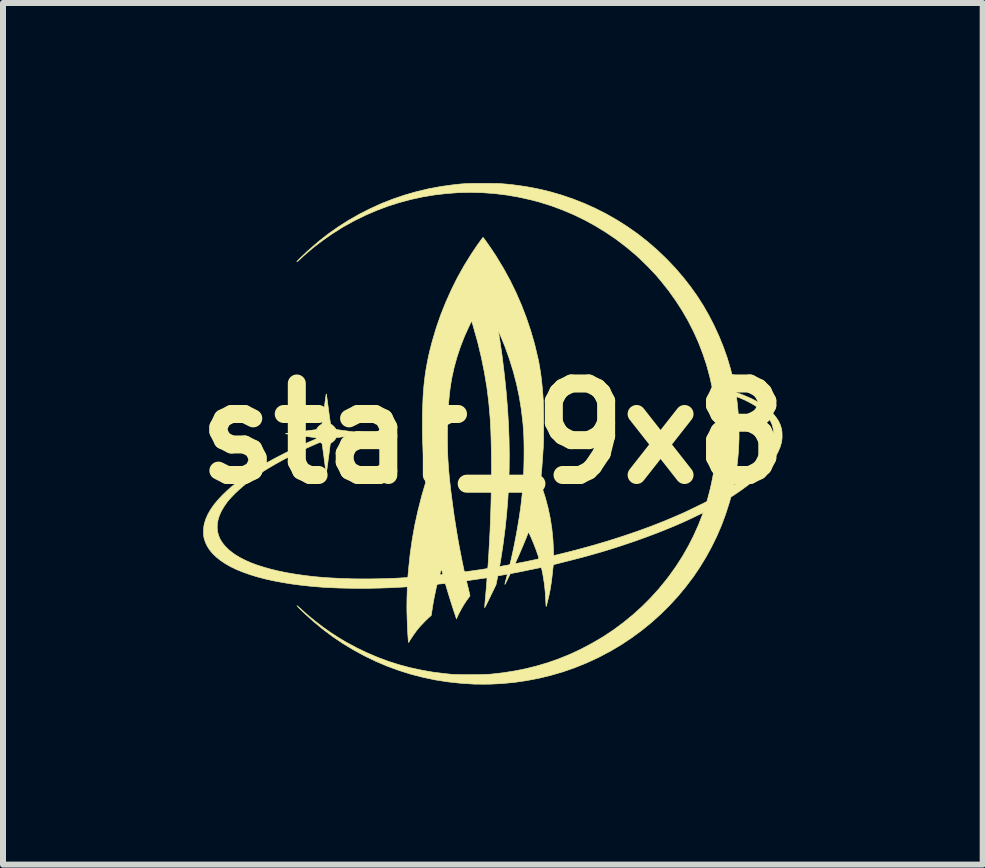
<source format=kicad_pcb>
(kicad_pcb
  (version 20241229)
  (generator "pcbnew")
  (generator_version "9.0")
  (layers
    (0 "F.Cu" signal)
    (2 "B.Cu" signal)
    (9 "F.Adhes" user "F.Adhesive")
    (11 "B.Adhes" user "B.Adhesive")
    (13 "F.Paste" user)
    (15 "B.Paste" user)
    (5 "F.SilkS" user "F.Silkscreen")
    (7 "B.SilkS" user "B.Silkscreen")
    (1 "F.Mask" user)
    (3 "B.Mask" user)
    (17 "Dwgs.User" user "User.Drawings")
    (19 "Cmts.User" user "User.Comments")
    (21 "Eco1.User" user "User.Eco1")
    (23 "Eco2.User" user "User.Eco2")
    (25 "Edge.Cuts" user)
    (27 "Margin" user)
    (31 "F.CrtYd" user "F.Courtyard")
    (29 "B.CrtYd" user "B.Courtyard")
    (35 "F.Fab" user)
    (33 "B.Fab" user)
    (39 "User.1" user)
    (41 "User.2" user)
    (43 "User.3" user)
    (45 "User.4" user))
  (footprint "star_9x8"
    (layer "F.Cu")
    (at 5.16 4.173)
    (property "Reference" "star_9x8" (at 0 0 0) (layer "F.SilkS") (effects (font (size 1.524 1.524) (thickness 0.3))))
    (attr through_hole)
    (fp_poly (pts (xy -0.098 -4.168) (xy -0.043 -4.168) (xy 0.005 -4.167) (xy 0.048 -4.167) (xy 0.086 -4.166) (xy 0.122 -4.164) (xy 0.157 -4.162) (xy 0.192 -4.159) (xy 0.229 -4.156) (xy 0.269 -4.152) (xy 0.315 -4.147) (xy 0.333 -4.145) (xy 0.538 -4.117) (xy 0.741 -4.079) (xy 0.942 -4.032) (xy 1.14 -3.975) (xy 1.334 -3.909) (xy 1.525 -3.834) (xy 1.711 -3.75) (xy 1.894 -3.657) (xy 2.072 -3.555) (xy 2.245 -3.445) (xy 2.413 -3.327) (xy 2.575 -3.2) (xy 2.731 -3.065) (xy 2.88 -2.923) (xy 2.908 -2.895) (xy 3.045 -2.75) (xy 3.172 -2.602) (xy 3.29 -2.451) (xy 3.401 -2.296) (xy 3.504 -2.135) (xy 3.6 -1.967) (xy 3.678 -1.816) (xy 3.761 -1.637) (xy 3.836 -1.454) (xy 3.902 -1.269) (xy 3.958 -1.082) (xy 4.005 -0.894) (xy 4.029 -0.776) (xy 4.046 -0.686) (xy 4.079 -0.675) (xy 4.118 -0.662) (xy 4.163 -0.645) (xy 4.21 -0.625) (xy 4.258 -0.605) (xy 4.302 -0.585) (xy 4.326 -0.574) (xy 4.398 -0.536) (xy 4.462 -0.499) (xy 4.52 -0.461) (xy 4.573 -0.42) (xy 4.623 -0.376) (xy 4.641 -0.358) (xy 4.69 -0.307) (xy 4.729 -0.256) (xy 4.761 -0.205) (xy 4.786 -0.151) (xy 4.805 -0.092) (xy 4.807 -0.087) (xy 4.813 -0.057) (xy 4.817 -0.019) (xy 4.818 0.022) (xy 4.818 0.064) (xy 4.815 0.103) (xy 4.81 0.137) (xy 4.809 0.145) (xy 4.786 0.223) (xy 4.753 0.301) (xy 4.711 0.38) (xy 4.659 0.458) (xy 4.597 0.537) (xy 4.526 0.617) (xy 4.444 0.697) (xy 4.353 0.777) (xy 4.251 0.858) (xy 4.14 0.94) (xy 4.043 1.006) (xy 3.966 1.057) (xy 3.939 1.15) (xy 3.879 1.338) (xy 3.81 1.525) (xy 3.731 1.709) (xy 3.643 1.889) (xy 3.546 2.065) (xy 3.441 2.236) (xy 3.338 2.388) (xy 3.213 2.553) (xy 3.082 2.711) (xy 2.942 2.863) (xy 2.796 3.008) (xy 2.643 3.146) (xy 2.483 3.276) (xy 2.317 3.398) (xy 2.145 3.513) (xy 1.967 3.619) (xy 1.784 3.716) (xy 1.742 3.737) (xy 1.555 3.823) (xy 1.364 3.9) (xy 1.169 3.968) (xy 0.97 4.026) (xy 0.77 4.075) (xy 0.567 4.114) (xy 0.362 4.144) (xy 0.157 4.164) (xy -0.049 4.174) (xy -0.18 4.175) (xy -0.216 4.174) (xy -0.25 4.174) (xy -0.281 4.174) (xy -0.307 4.173) (xy -0.325 4.173) (xy -0.33 4.172) (xy -0.545 4.158) (xy -0.756 4.135) (xy -0.964 4.102) (xy -1.168 4.059) (xy -1.369 4.007) (xy -1.566 3.945) (xy -1.76 3.874) (xy -1.951 3.793) (xy -2.139 3.702) (xy -2.321 3.603) (xy -2.495 3.498) (xy -2.663 3.385) (xy -2.826 3.263) (xy -2.983 3.134) (xy -3.137 2.995) (xy -3.186 2.947) (xy -3.213 2.921) (xy -3.234 2.9) (xy -3.249 2.883) (xy -3.259 2.872) (xy -3.263 2.867) (xy -3.261 2.867) (xy -3.252 2.874) (xy -3.237 2.887) (xy -3.218 2.904) (xy -3.088 3.019) (xy -2.959 3.125) (xy -2.831 3.223) (xy -2.701 3.315) (xy -2.569 3.4) (xy -2.432 3.481) (xy -2.29 3.557) (xy -2.268 3.569) (xy -2.095 3.652) (xy -1.921 3.726) (xy -1.745 3.792) (xy -1.566 3.849) (xy -1.383 3.898) (xy -1.195 3.939) (xy -1.003 3.973) (xy -0.804 3.998) (xy -0.696 4.009) (xy -0.666 4.011) (xy -0.627 4.013) (xy -0.58 4.014) (xy -0.529 4.015) (xy -0.472 4.016) (xy -0.414 4.016) (xy -0.353 4.016) (xy -0.294 4.015) (xy -0.235 4.015) (xy -0.18 4.013) (xy -0.13 4.012) (xy -0.086 4.01) (xy -0.049 4.008) (xy -0.03 4.007) (xy 0.171 3.984) (xy 0.367 3.953) (xy 0.556 3.915) (xy 0.742 3.868) (xy 0.923 3.814) (xy 1.101 3.751) (xy 1.277 3.68) (xy 1.451 3.599) (xy 1.483 3.583) (xy 1.664 3.487) (xy 1.84 3.383) (xy 2.009 3.271) (xy 2.172 3.15) (xy 2.329 3.022) (xy 2.48 2.886) (xy 2.623 2.743) (xy 2.76 2.593) (xy 2.889 2.435) (xy 2.941 2.367) (xy 3.055 2.207) (xy 3.161 2.041) (xy 3.258 1.871) (xy 3.347 1.696) (xy 3.428 1.514) (xy 3.49 1.355) (xy 3.505 1.316) (xy 3.438 1.349) (xy 3.308 1.412) (xy 3.169 1.476) (xy 3.022 1.54) (xy 2.868 1.603) (xy 2.708 1.666) (xy 2.542 1.728) (xy 2.373 1.789) (xy 2.225 1.839) (xy 2.105 1.879) (xy 1.989 1.916) (xy 1.876 1.951) (xy 1.764 1.984) (xy 1.651 2.016) (xy 1.534 2.049) (xy 1.412 2.081) (xy 1.283 2.114) (xy 1.247 2.123) (xy 1.008 2.184) (xy 1.005 2.208) (xy 1.003 2.222) (xy 1.001 2.243) (xy 0.998 2.269) (xy 0.995 2.299) (xy 0.993 2.32) (xy 0.976 2.466) (xy 0.953 2.607) (xy 0.952 2.614) (xy 0.947 2.638) (xy 0.941 2.667) (xy 0.934 2.7) (xy 0.926 2.734) (xy 0.918 2.767) (xy 0.91 2.799) (xy 0.903 2.828) (xy 0.897 2.852) (xy 0.893 2.87) (xy 0.889 2.879) (xy 0.889 2.88) (xy 0.888 2.877) (xy 0.886 2.866) (xy 0.885 2.847) (xy 0.883 2.822) (xy 0.882 2.793) (xy 0.882 2.791) (xy 0.873 2.643) (xy 0.858 2.5) (xy 0.836 2.363) (xy 0.83 2.332) (xy 0.823 2.298) (xy 0.818 2.272) (xy 0.814 2.253) (xy 0.81 2.241) (xy 0.806 2.235) (xy 0.802 2.231) (xy 0.798 2.231) (xy 0.793 2.232) (xy 0.757 2.24) (xy 0.715 2.248) (xy 0.67 2.258) (xy 0.623 2.267) (xy 0.575 2.277) (xy 0.528 2.287) (xy 0.484 2.296) (xy 0.443 2.304) (xy 0.409 2.311) (xy 0.381 2.316) (xy 0.365 2.319) (xy 0.291 2.333) (xy 0.246 2.425) (xy 0.233 2.453) (xy 0.221 2.476) (xy 0.211 2.495) (xy 0.204 2.507) (xy 0.2 2.512) (xy 0.2 2.512) (xy 0.201 2.506) (xy 0.204 2.491) (xy 0.209 2.471) (xy 0.215 2.445) (xy 0.221 2.426) (xy 0.228 2.399) (xy 0.234 2.375) (xy 0.239 2.357) (xy 0.242 2.346) (xy 0.242 2.343) (xy 0.237 2.344) (xy 0.224 2.346) (xy 0.204 2.349) (xy 0.179 2.353) (xy 0.162 2.356) (xy 0.084 2.37) (xy 0.068 2.444) (xy 0.053 2.517) (xy -0.041 2.712) (xy -0.061 2.753) (xy -0.079 2.791) (xy -0.096 2.824) (xy -0.11 2.853) (xy -0.122 2.875) (xy -0.13 2.891) (xy -0.135 2.899) (xy -0.136 2.899) (xy -0.136 2.892) (xy -0.135 2.877) (xy -0.134 2.853) (xy -0.131 2.824) (xy -0.128 2.789) (xy -0.125 2.75) (xy -0.122 2.722) (xy -0.116 2.654) (xy -0.111 2.596) (xy -0.107 2.547) (xy -0.104 2.507) (xy -0.101 2.474) (xy -0.099 2.448) (xy -0.098 2.428) (xy -0.098 2.415) (xy -0.098 2.407) (xy -0.099 2.404) (xy -0.104 2.404) (xy -0.118 2.405) (xy -0.14 2.408) (xy -0.167 2.412) (xy -0.199 2.416) (xy -0.225 2.42) (xy -0.262 2.426) (xy -0.299 2.431) (xy -0.333 2.436) (xy -0.363 2.44) (xy -0.386 2.444) (xy -0.394 2.445) (xy -0.417 2.448) (xy -0.43 2.451) (xy -0.437 2.454) (xy -0.439 2.458) (xy -0.439 2.458) (xy -0.437 2.465) (xy -0.433 2.481) (xy -0.428 2.503) (xy -0.421 2.531) (xy -0.413 2.562) (xy -0.409 2.58) (xy -0.401 2.613) (xy -0.394 2.643) (xy -0.388 2.668) (xy -0.384 2.686) (xy -0.381 2.698) (xy -0.381 2.7) (xy -0.384 2.707) (xy -0.392 2.719) (xy -0.403 2.734) (xy -0.405 2.736) (xy -0.438 2.782) (xy -0.474 2.835) (xy -0.508 2.892) (xy -0.541 2.951) (xy -0.571 3.008) (xy -0.592 3.053) (xy -0.606 3.086) (xy -0.633 3.005) (xy -0.656 2.937) (xy -0.679 2.865) (xy -0.703 2.79) (xy -0.726 2.716) (xy -0.747 2.646) (xy -0.76 2.603) (xy -0.769 2.573) (xy -0.777 2.546) (xy -0.784 2.523) (xy -0.789 2.507) (xy -0.792 2.499) (xy -0.792 2.498) (xy -0.798 2.498) (xy -0.811 2.499) (xy -0.83 2.5) (xy -0.852 2.502) (xy -0.874 2.504) (xy -0.896 2.506) (xy -0.913 2.509) (xy -0.925 2.511) (xy -0.928 2.512) (xy -0.93 2.517) (xy -0.934 2.531) (xy -0.939 2.552) (xy -0.945 2.578) (xy -0.951 2.608) (xy -0.958 2.641) (xy -0.965 2.674) (xy -0.972 2.706) (xy -0.978 2.736) (xy -0.983 2.763) (xy -0.985 2.772) (xy -0.991 2.807) (xy -0.998 2.847) (xy -1.005 2.889) (xy -1.011 2.928) (xy -1.013 2.941) (xy -1.027 3.03) (xy -1.056 3.055) (xy -1.08 3.077) (xy -1.11 3.106) (xy -1.141 3.137) (xy -1.173 3.171) (xy -1.204 3.203) (xy -1.231 3.234) (xy -1.252 3.259) (xy -1.269 3.28) (xy -1.288 3.307) (xy -1.31 3.337) (xy -1.332 3.369) (xy -1.353 3.4) (xy -1.371 3.428) (xy -1.386 3.452) (xy -1.393 3.465) (xy -1.4 3.475) (xy -1.404 3.479) (xy -1.405 3.479) (xy -1.406 3.473) (xy -1.408 3.457) (xy -1.41 3.434) (xy -1.412 3.404) (xy -1.415 3.368) (xy -1.417 3.327) (xy -1.42 3.282) (xy -1.422 3.235) (xy -1.424 3.186) (xy -1.426 3.137) (xy -1.428 3.088) (xy -1.428 3.068) (xy -1.431 2.974) (xy -1.432 2.886) (xy -1.431 2.803) (xy -1.43 2.722) (xy -1.429 2.713) (xy -1.428 2.674) (xy -1.427 2.638) (xy -1.426 2.607) (xy -1.426 2.582) (xy -1.425 2.564) (xy -1.425 2.554) (xy -1.425 2.552) (xy -1.43 2.553) (xy -1.443 2.553) (xy -1.464 2.554) (xy -1.49 2.556) (xy -1.52 2.558) (xy -1.527 2.558) (xy -1.699 2.567) (xy -1.874 2.573) (xy -2.051 2.577) (xy -2.226 2.578) (xy -2.4 2.576) (xy -2.569 2.572) (xy -2.731 2.565) (xy -2.85 2.558) (xy -3.023 2.544) (xy -3.191 2.526) (xy -3.352 2.505) (xy -3.506 2.48) (xy -3.654 2.452) (xy -3.794 2.421) (xy -3.926 2.386) (xy -4.05 2.348) (xy -4.165 2.307) (xy -4.271 2.264) (xy -4.368 2.217) (xy -4.374 2.214) (xy -4.461 2.164) (xy -4.54 2.111) (xy -4.608 2.056) (xy -4.668 1.998) (xy -4.718 1.938) (xy -4.758 1.875) (xy -4.789 1.81) (xy -4.81 1.743) (xy -4.816 1.711) (xy -4.82 1.672) (xy -4.82 1.627) (xy -4.818 1.58) (xy -4.813 1.535) (xy -4.805 1.495) (xy -4.804 1.493) (xy -4.78 1.418) (xy -4.745 1.341) (xy -4.701 1.264) (xy -4.647 1.187) (xy -4.583 1.109) (xy -4.51 1.03) (xy -4.428 0.951) (xy -4.337 0.872) (xy -4.237 0.793) (xy -4.129 0.714) (xy -4.011 0.635) (xy -3.886 0.556) (xy -3.752 0.478) (xy -3.61 0.401) (xy -3.46 0.324) (xy -3.302 0.248) (xy -3.137 0.172) (xy -3.014 0.119) (xy -2.984 0.106) (xy -2.962 0.097) (xy -2.948 0.089) (xy -2.939 0.084) (xy -2.936 0.08) (xy -2.936 0.076) (xy -2.939 0.074) (xy -2.945 0.072) (xy -2.956 0.069) (xy -2.972 0.066) (xy -2.994 0.063) (xy -3.022 0.059) (xy -3.058 0.054) (xy -3.102 0.048) (xy -3.155 0.041) (xy -3.196 0.036) (xy -3.246 0.03) (xy -3.293 0.024) (xy -3.335 0.018) (xy -3.373 0.014) (xy -3.404 0.009) (xy -3.429 0.006) (xy -3.445 0.004) (xy -3.453 0.002) (xy -3.454 0.002) (xy -3.454 0.001) (xy -3.452 0.000354) (xy -3.447 -0.001) (xy -3.439 -0.002) (xy -3.426 -0.005) (xy -3.408 -0.007) (xy -3.384 -0.01) (xy -3.353 -0.014) (xy -3.315 -0.019) (xy -3.269 -0.025) (xy -3.213 -0.032) (xy -3.185 -0.036) (xy -3.137 -0.042) (xy -3.091 -0.047) (xy -3.05 -0.053) (xy -3.013 -0.057) (xy -2.983 -0.061) (xy -2.96 -0.064) (xy -2.945 -0.067) (xy -2.938 -0.067) (xy -2.938 -0.068) (xy -2.936 -0.072) (xy -2.93 -0.083) (xy -2.93 -0.084) (xy -2.918 -0.102) (xy -2.9 -0.121) (xy -2.881 -0.138) (xy -2.863 -0.15) (xy -2.849 -0.161) (xy -2.842 -0.174) (xy -2.842 -0.175) (xy -2.841 -0.183) (xy -2.839 -0.2) (xy -2.835 -0.225) (xy -2.831 -0.257) (xy -2.826 -0.295) (xy -2.82 -0.337) (xy -2.814 -0.383) (xy -2.809 -0.424) (xy -2.803 -0.471) (xy -2.797 -0.516) (xy -2.791 -0.556) (xy -2.787 -0.591) (xy -2.782 -0.62) (xy -2.779 -0.642) (xy -2.777 -0.655) (xy -2.776 -0.66) (xy -2.775 -0.66) (xy -2.774 -0.658) (xy -2.773 -0.654) (xy -2.771 -0.646) (xy -2.769 -0.634) (xy -2.767 -0.618) (xy -2.764 -0.595) (xy -2.76 -0.566) (xy -2.755 -0.529) (xy -2.749 -0.485) (xy -2.742 -0.431) (xy -2.738 -0.399) (xy -2.731 -0.351) (xy -2.725 -0.306) (xy -2.72 -0.265) (xy -2.714 -0.229) (xy -2.71 -0.2) (xy -2.706 -0.178) (xy -2.704 -0.163) (xy -2.702 -0.158) (xy -2.682 -0.148) (xy -2.661 -0.13) (xy -2.639 -0.108) (xy -2.62 -0.084) (xy -2.614 -0.074) (xy -2.611 -0.072) (xy -2.605 -0.07) (xy -2.595 -0.067) (xy -2.579 -0.064) (xy -2.559 -0.061) (xy -2.531 -0.057) (xy -2.497 -0.052) (xy -2.454 -0.047) (xy -2.402 -0.04) (xy -2.365 -0.035) (xy -2.305 -0.028) (xy -2.255 -0.022) (xy -2.214 -0.016) (xy -2.18 -0.012) (xy -2.153 -0.008) (xy -2.133 -0.006) (xy -2.118 -0.003) (xy -2.108 -0.001) (xy -2.102 -0.000089) (xy -2.099 0.001) (xy -2.098 0.002) (xy -2.099 0.002) (xy -2.104 0.003) (xy -2.118 0.005) (xy -2.141 0.008) (xy -2.171 0.012) (xy -2.207 0.017) (xy -2.248 0.022) (xy -2.294 0.028) (xy -2.343 0.035) (xy -2.356 0.036) (xy -2.612 0.068) (xy -2.621 0.087) (xy -2.633 0.103) (xy -2.65 0.122) (xy -2.669 0.139) (xy -2.688 0.153) (xy -2.692 0.155) (xy -2.702 0.161) (xy -2.708 0.166) (xy -2.708 0.167) (xy -2.708 0.172) (xy -2.71 0.187) (xy -2.713 0.21) (xy -2.717 0.239) (xy -2.721 0.273) (xy -2.726 0.311) (xy -2.731 0.352) (xy -2.737 0.395) (xy -2.743 0.437) (xy -2.748 0.48) (xy -2.754 0.52) (xy -2.759 0.557) (xy -2.763 0.589) (xy -2.767 0.616) (xy -2.769 0.635) (xy -2.771 0.647) (xy -2.771 0.649) (xy -2.774 0.66) (xy -2.776 0.665) (xy -2.776 0.665) (xy -2.777 0.659) (xy -2.779 0.645) (xy -2.783 0.623) (xy -2.787 0.593) (xy -2.792 0.558) (xy -2.797 0.517) (xy -2.803 0.472) (xy -2.809 0.427) (xy -2.815 0.378) (xy -2.821 0.333) (xy -2.827 0.291) (xy -2.832 0.254) (xy -2.836 0.222) (xy -2.84 0.198) (xy -2.842 0.182) (xy -2.843 0.175) (xy -2.85 0.161) (xy -2.862 0.152) (xy -2.869 0.149) (xy -2.875 0.147) (xy -2.884 0.148) (xy -2.895 0.152) (xy -2.913 0.159) (xy -2.935 0.168) (xy -3.08 0.232) (xy -3.223 0.299) (xy -3.362 0.368) (xy -3.496 0.438) (xy -3.624 0.509) (xy -3.745 0.58) (xy -3.859 0.651) (xy -3.963 0.722) (xy -3.99 0.741) (xy -4.053 0.788) (xy -4.116 0.838) (xy -4.178 0.89) (xy -4.237 0.942) (xy -4.293 0.995) (xy -4.343 1.046) (xy -4.387 1.094) (xy -4.424 1.138) (xy -4.427 1.142) (xy -4.479 1.217) (xy -4.522 1.291) (xy -4.555 1.364) (xy -4.577 1.434) (xy -4.59 1.503) (xy -4.592 1.571) (xy -4.585 1.636) (xy -4.568 1.7) (xy -4.541 1.762) (xy -4.503 1.822) (xy -4.456 1.88) (xy -4.399 1.936) (xy -4.332 1.989) (xy -4.282 2.023) (xy -4.207 2.068) (xy -4.122 2.111) (xy -4.029 2.152) (xy -3.927 2.19) (xy -3.817 2.225) (xy -3.7 2.258) (xy -3.576 2.288) (xy -3.447 2.315) (xy -3.312 2.338) (xy -3.24 2.349) (xy -3.148 2.362) (xy -3.059 2.373) (xy -2.972 2.383) (xy -2.885 2.391) (xy -2.797 2.398) (xy -2.705 2.404) (xy -2.609 2.409) (xy -2.506 2.414) (xy -2.395 2.417) (xy -2.357 2.419) (xy -2.274 2.42) (xy -2.184 2.421) (xy -2.088 2.421) (xy -1.99 2.42) (xy -1.891 2.418) (xy -1.793 2.416) (xy -1.697 2.412) (xy -1.606 2.409) (xy -1.522 2.404) (xy -1.462 2.4) (xy -1.418 2.397) (xy -1.415 2.381) (xy -1.414 2.371) (xy -1.412 2.353) (xy -1.412 2.349) (xy -0.884 2.349) (xy -0.88 2.351) (xy -0.869 2.351) (xy -0.855 2.35) (xy -0.843 2.348) (xy -0.835 2.346) (xy -0.835 2.345) (xy -0.835 2.34) (xy -0.838 2.327) (xy -0.842 2.309) (xy -0.845 2.299) (xy -0.857 2.254) (xy -0.87 2.3) (xy -0.876 2.32) (xy -0.881 2.337) (xy -0.884 2.347) (xy -0.884 2.349) (xy -1.412 2.349) (xy -1.41 2.329) (xy -1.407 2.298) (xy -1.404 2.264) (xy -1.402 2.238) (xy -1.377 2.001) (xy -1.343 1.763) (xy -1.3 1.522) (xy -1.247 1.281) (xy -1.185 1.039) (xy -1.139 0.881) (xy -1.119 0.815) (xy -1.126 0.754) (xy -1.138 0.639) (xy -1.147 0.526) (xy -1.156 0.412) (xy -1.162 0.296) (xy -1.167 0.177) (xy -1.17 0.056) (xy -0.757 0.056) (xy -0.756 0.155) (xy -0.755 0.25) (xy -0.752 0.343) (xy -0.748 0.434) (xy -0.742 0.526) (xy -0.735 0.62) (xy -0.726 0.717) (xy -0.715 0.819) (xy -0.703 0.929) (xy -0.688 1.046) (xy -0.688 1.046) (xy -0.666 1.214) (xy -0.644 1.373) (xy -0.62 1.526) (xy -0.596 1.675) (xy -0.571 1.821) (xy -0.543 1.967) (xy -0.514 2.115) (xy -0.502 2.173) (xy -0.475 2.301) (xy -0.461 2.301) (xy -0.453 2.301) (xy -0.436 2.299) (xy -0.411 2.295) (xy -0.381 2.291) (xy -0.347 2.287) (xy -0.31 2.281) (xy -0.306 2.281) (xy -0.253 2.273) (xy -0.209 2.267) (xy -0.173 2.261) (xy -0.144 2.257) (xy -0.122 2.253) (xy -0.106 2.25) (xy -0.094 2.248) (xy -0.094 2.248) (xy -0.091 2.247) (xy -0.089 2.247) (xy -0.088 2.245) (xy -0.086 2.241) (xy -0.084 2.234) (xy -0.083 2.224) (xy -0.081 2.21) (xy -0.08 2.191) (xy -0.078 2.166) (xy -0.076 2.135) (xy -0.073 2.097) (xy -0.071 2.051) (xy -0.067 1.996) (xy -0.064 1.935) (xy -0.055 1.781) (xy -0.047 1.624) (xy -0.041 1.465) (xy -0.035 1.305) (xy -0.03 1.144) (xy -0.027 0.985) (xy -0.025 0.828) (xy -0.023 0.673) (xy -0.023 0.522) (xy -0.024 0.375) (xy -0.026 0.234) (xy -0.029 0.099) (xy -0.033 -0.029) (xy -0.039 -0.149) (xy -0.045 -0.259) (xy -0.046 -0.272) (xy -0.068 -0.521) (xy -0.099 -0.77) (xy -0.141 -1.021) (xy -0.192 -1.272) (xy -0.253 -1.526) (xy -0.304 -1.706) (xy 0.091 -1.706) (xy 0.092 -1.7) (xy 0.093 -1.697) (xy 0.095 -1.685) (xy 0.099 -1.665) (xy 0.103 -1.638) (xy 0.108 -1.604) (xy 0.114 -1.565) (xy 0.121 -1.523) (xy 0.127 -1.478) (xy 0.134 -1.433) (xy 0.141 -1.387) (xy 0.147 -1.343) (xy 0.153 -1.303) (xy 0.158 -1.266) (xy 0.16 -1.247) (xy 0.194 -0.967) (xy 0.222 -0.694) (xy 0.244 -0.427) (xy 0.26 -0.166) (xy 0.27 0.09) (xy 0.274 0.344) (xy 0.272 0.594) (xy 0.264 0.843) (xy 0.25 1.09) (xy 0.23 1.338) (xy 0.204 1.587) (xy 0.19 1.694) (xy 0.184 1.744) (xy 0.177 1.798) (xy 0.169 1.854) (xy 0.161 1.911) (xy 0.152 1.967) (xy 0.144 2.021) (xy 0.136 2.072) (xy 0.129 2.118) (xy 0.122 2.157) (xy 0.116 2.189) (xy 0.114 2.201) (xy 0.112 2.211) (xy 0.116 2.214) (xy 0.125 2.213) (xy 0.135 2.211) (xy 0.153 2.207) (xy 0.177 2.203) (xy 0.203 2.198) (xy 0.21 2.197) (xy 0.236 2.193) (xy 0.257 2.188) (xy 0.273 2.185) (xy 0.282 2.183) (xy 0.283 2.183) (xy 0.285 2.177) (xy 0.288 2.167) (xy 0.371 2.167) (xy 0.376 2.166) (xy 0.389 2.164) (xy 0.411 2.16) (xy 0.44 2.154) (xy 0.475 2.148) (xy 0.515 2.14) (xy 0.559 2.131) (xy 0.607 2.121) (xy 0.632 2.116) (xy 0.667 2.108) (xy 0.699 2.102) (xy 0.726 2.096) (xy 0.747 2.091) (xy 0.761 2.087) (xy 0.766 2.085) (xy 0.766 2.079) (xy 0.763 2.064) (xy 0.757 2.042) (xy 0.748 2.015) (xy 0.736 1.982) (xy 0.724 1.946) (xy 0.709 1.908) (xy 0.694 1.869) (xy 0.679 1.829) (xy 0.663 1.791) (xy 0.648 1.755) (xy 0.634 1.723) (xy 0.624 1.702) (xy 0.594 1.638) (xy 0.573 1.692) (xy 0.556 1.736) (xy 0.535 1.787) (xy 0.512 1.843) (xy 0.487 1.901) (xy 0.462 1.96) (xy 0.438 2.016) (xy 0.42 2.057) (xy 0.406 2.087) (xy 0.394 2.115) (xy 0.383 2.138) (xy 0.376 2.155) (xy 0.372 2.165) (xy 0.371 2.167) (xy 0.288 2.167) (xy 0.289 2.162) (xy 0.294 2.14) (xy 0.301 2.112) (xy 0.309 2.078) (xy 0.317 2.041) (xy 0.326 2.001) (xy 0.335 1.96) (xy 0.344 1.918) (xy 0.352 1.878) (xy 0.36 1.84) (xy 0.363 1.824) (xy 0.393 1.668) (xy 0.419 1.52) (xy 0.442 1.379) (xy 0.462 1.243) (xy 0.478 1.11) (xy 0.492 0.979) (xy 0.502 0.848) (xy 0.51 0.716) (xy 0.516 0.581) (xy 0.519 0.443) (xy 0.52 0.31) (xy 0.52 0.237) (xy 0.519 0.172) (xy 0.518 0.114) (xy 0.516 0.059) (xy 0.514 0.008) (xy 0.511 -0.044) (xy 0.507 -0.097) (xy 0.503 -0.154) (xy 0.5 -0.183) (xy 0.475 -0.399) (xy 0.44 -0.613) (xy 0.395 -0.825) (xy 0.34 -1.036) (xy 0.275 -1.245) (xy 0.201 -1.452) (xy 0.13 -1.625) (xy 0.116 -1.658) (xy 0.105 -1.682) (xy 0.097 -1.698) (xy 0.093 -1.706) (xy 0.091 -1.706) (xy -0.304 -1.706) (xy -0.324 -1.78) (xy -0.344 -1.846) (xy -0.353 -1.876) (xy -0.4 -1.78) (xy -0.475 -1.614) (xy -0.541 -1.444) (xy -0.598 -1.272) (xy -0.646 -1.098) (xy -0.684 -0.924) (xy -0.698 -0.842) (xy -0.713 -0.743) (xy -0.725 -0.636) (xy -0.736 -0.521) (xy -0.744 -0.398) (xy -0.75 -0.27) (xy -0.755 -0.137) (xy -0.757 -0.001) (xy -0.757 0.056) (xy -1.17 0.056) (xy -1.17 0.05) (xy -1.172 -0.084) (xy -1.172 -0.23) (xy -1.171 -0.367) (xy -1.167 -0.496) (xy -1.162 -0.619) (xy -1.154 -0.736) (xy -1.143 -0.848) (xy -1.13 -0.958) (xy -1.114 -1.065) (xy -1.095 -1.171) (xy -1.074 -1.278) (xy -1.049 -1.385) (xy -1.021 -1.495) (xy -1.005 -1.554) (xy -0.94 -1.771) (xy -0.866 -1.984) (xy -0.782 -2.193) (xy -0.69 -2.398) (xy -0.59 -2.599) (xy -0.481 -2.794) (xy -0.364 -2.983) (xy -0.328 -3.038) (xy -0.303 -3.074) (xy -0.278 -3.111) (xy -0.254 -3.147) (xy -0.23 -3.179) (xy -0.209 -3.209) (xy -0.192 -3.232) (xy -0.179 -3.25) (xy -0.175 -3.254) (xy -0.163 -3.269) (xy -0.151 -3.254) (xy -0.136 -3.234) (xy -0.116 -3.207) (xy -0.093 -3.174) (xy -0.068 -3.138) (xy -0.041 -3.099) (xy -0.014 -3.06) (xy 0.011 -3.022) (xy 0.035 -2.986) (xy 0.056 -2.954) (xy 0.058 -2.95) (xy 0.176 -2.755) (xy 0.285 -2.556) (xy 0.385 -2.352) (xy 0.476 -2.143) (xy 0.558 -1.93) (xy 0.631 -1.713) (xy 0.695 -1.493) (xy 0.748 -1.269) (xy 0.749 -1.267) (xy 0.768 -1.176) (xy 0.784 -1.082) (xy 0.799 -0.983) (xy 0.812 -0.88) (xy 0.823 -0.77) (xy 0.833 -0.652) (xy 0.839 -0.566) (xy 0.841 -0.536) (xy 0.842 -0.496) (xy 0.843 -0.449) (xy 0.844 -0.395) (xy 0.845 -0.337) (xy 0.845 -0.275) (xy 0.846 -0.211) (xy 0.846 -0.145) (xy 0.846 -0.08) (xy 0.845 -0.017) (xy 0.845 0.044) (xy 0.844 0.101) (xy 0.843 0.152) (xy 0.841 0.196) (xy 0.84 0.232) (xy 0.839 0.244) (xy 0.833 0.334) (xy 0.828 0.416) (xy 0.822 0.491) (xy 0.817 0.562) (xy 0.811 0.63) (xy 0.805 0.691) (xy 0.792 0.821) (xy 0.821 0.902) (xy 0.875 1.069) (xy 0.92 1.238) (xy 0.956 1.41) (xy 0.983 1.585) (xy 1.001 1.764) (xy 1.009 1.922) (xy 1.01 1.954) (xy 1.011 1.982) (xy 1.012 2.006) (xy 1.013 2.022) (xy 1.014 2.031) (xy 1.014 2.032) (xy 1.02 2.031) (xy 1.035 2.027) (xy 1.057 2.022) (xy 1.085 2.015) (xy 1.118 2.007) (xy 1.155 1.998) (xy 1.195 1.988) (xy 1.235 1.978) (xy 1.276 1.968) (xy 1.315 1.958) (xy 1.352 1.948) (xy 1.385 1.94) (xy 1.414 1.932) (xy 1.417 1.931) (xy 1.674 1.861) (xy 1.924 1.787) (xy 2.168 1.709) (xy 2.404 1.629) (xy 2.633 1.545) (xy 2.853 1.459) (xy 3.063 1.37) (xy 3.173 1.322) (xy 3.195 1.312) (xy 3.222 1.299) (xy 3.254 1.284) (xy 3.289 1.267) (xy 3.326 1.249) (xy 3.364 1.231) (xy 3.402 1.212) (xy 3.439 1.194) (xy 3.473 1.178) (xy 3.503 1.163) (xy 3.529 1.15) (xy 3.548 1.14) (xy 3.561 1.133) (xy 3.565 1.131) (xy 3.567 1.125) (xy 3.571 1.111) (xy 3.577 1.09) (xy 3.584 1.063) (xy 3.592 1.033) (xy 3.601 1) (xy 3.61 0.966) (xy 3.618 0.932) (xy 3.626 0.901) (xy 3.632 0.872) (xy 3.635 0.86) (xy 4.012 0.86) (xy 4.028 0.85) (xy 4.037 0.844) (xy 4.053 0.833) (xy 4.074 0.818) (xy 4.097 0.801) (xy 4.121 0.784) (xy 4.221 0.706) (xy 4.311 0.629) (xy 4.391 0.552) (xy 4.462 0.476) (xy 4.523 0.401) (xy 4.574 0.326) (xy 4.615 0.253) (xy 4.646 0.181) (xy 4.647 0.177) (xy 4.667 0.107) (xy 4.677 0.038) (xy 4.677 -0.03) (xy 4.667 -0.096) (xy 4.648 -0.16) (xy 4.646 -0.164) (xy 4.629 -0.201) (xy 4.61 -0.235) (xy 4.586 -0.269) (xy 4.556 -0.304) (xy 4.519 -0.343) (xy 4.519 -0.343) (xy 4.471 -0.389) (xy 4.421 -0.429) (xy 4.366 -0.467) (xy 4.306 -0.503) (xy 4.251 -0.532) (xy 4.225 -0.545) (xy 4.197 -0.559) (xy 4.167 -0.572) (xy 4.139 -0.584) (xy 4.113 -0.595) (xy 4.09 -0.604) (xy 4.073 -0.61) (xy 4.063 -0.613) (xy 4.061 -0.613) (xy 4.06 -0.607) (xy 4.061 -0.593) (xy 4.063 -0.573) (xy 4.066 -0.548) (xy 4.069 -0.528) (xy 4.089 -0.326) (xy 4.1 -0.125) (xy 4.101 0.077) (xy 4.093 0.277) (xy 4.075 0.475) (xy 4.058 0.605) (xy 4.054 0.631) (xy 4.049 0.662) (xy 4.043 0.696) (xy 4.037 0.73) (xy 4.031 0.764) (xy 4.026 0.794) (xy 4.021 0.82) (xy 4.017 0.839) (xy 4.015 0.848) (xy 4.012 0.86) (xy 3.635 0.86) (xy 3.637 0.853) (xy 3.666 0.71) (xy 3.689 0.569) (xy 3.706 0.43) (xy 3.718 0.288) (xy 3.725 0.141) (xy 3.727 0.069) (xy 3.727 -0.106) (xy 3.719 -0.274) (xy 3.705 -0.439) (xy 3.683 -0.602) (xy 3.654 -0.766) (xy 3.617 -0.933) (xy 3.612 -0.953) (xy 3.56 -1.145) (xy 3.497 -1.333) (xy 3.426 -1.518) (xy 3.344 -1.699) (xy 3.254 -1.876) (xy 3.154 -2.049) (xy 3.045 -2.218) (xy 2.927 -2.383) (xy 2.799 -2.544) (xy 2.716 -2.642) (xy 2.685 -2.675) (xy 2.649 -2.713) (xy 2.609 -2.755) (xy 2.566 -2.799) (xy 2.521 -2.843) (xy 2.478 -2.885) (xy 2.437 -2.925) (xy 2.399 -2.959) (xy 2.377 -2.979) (xy 2.218 -3.112) (xy 2.054 -3.237) (xy 1.884 -3.352) (xy 1.71 -3.459) (xy 1.531 -3.557) (xy 1.348 -3.646) (xy 1.161 -3.725) (xy 0.97 -3.796) (xy 0.774 -3.857) (xy 0.638 -3.893) (xy 0.438 -3.938) (xy 0.237 -3.973) (xy 0.035 -3.998) (xy -0.167 -4.013) (xy -0.369 -4.018) (xy -0.571 -4.014) (xy -0.771 -3.999) (xy -0.971 -3.976) (xy -1.169 -3.943) (xy -1.366 -3.9) (xy -1.56 -3.848) (xy -1.752 -3.787) (xy -1.94 -3.716) (xy -2.125 -3.636) (xy -2.307 -3.547) (xy -2.484 -3.449) (xy -2.527 -3.423) (xy -2.691 -3.319) (xy -2.848 -3.208) (xy -2.999 -3.092) (xy -3.142 -2.97) (xy -3.202 -2.915) (xy -3.222 -2.896) (xy -3.24 -2.881) (xy -3.254 -2.869) (xy -3.263 -2.863) (xy -3.265 -2.862) (xy -3.263 -2.867) (xy -3.254 -2.877) (xy -3.239 -2.893) (xy -3.219 -2.913) (xy -3.196 -2.936) (xy -3.169 -2.962) (xy -3.14 -2.989) (xy -3.11 -3.018) (xy -3.08 -3.046) (xy -3.06 -3.064) (xy -2.904 -3.199) (xy -2.743 -3.325) (xy -2.575 -3.444) (xy -2.402 -3.554) (xy -2.224 -3.655) (xy -2.041 -3.748) (xy -1.854 -3.833) (xy -1.663 -3.908) (xy -1.468 -3.974) (xy -1.269 -4.031) (xy -1.068 -4.079) (xy -0.864 -4.117) (xy -0.68 -4.142) (xy -0.631 -4.148) (xy -0.587 -4.153) (xy -0.548 -4.157) (xy -0.51 -4.16) (xy -0.473 -4.163) (xy -0.436 -4.165) (xy -0.397 -4.166) (xy -0.354 -4.167) (xy -0.306 -4.168) (xy -0.251 -4.168) (xy -0.188 -4.168) (xy -0.163 -4.168) (xy -0.098 -4.168)) (stroke (width 0.01) (type solid)) (fill yes) (layer "F.SilkS")))
  (gr_rect
    (start -3 -3)
    (end 13.32 11.353)
    (stroke (width 0.1) (type default))
    (fill no)
    (layer "Edge.Cuts")))
</source>
